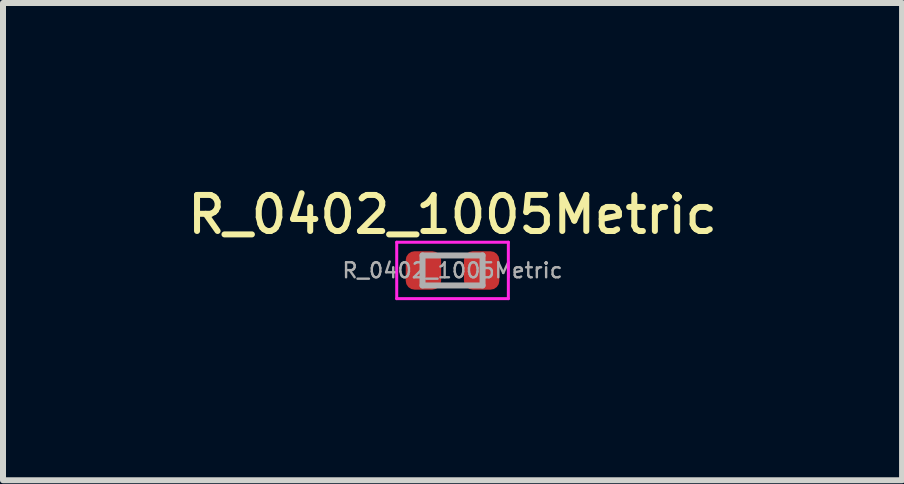
<source format=kicad_pcb>
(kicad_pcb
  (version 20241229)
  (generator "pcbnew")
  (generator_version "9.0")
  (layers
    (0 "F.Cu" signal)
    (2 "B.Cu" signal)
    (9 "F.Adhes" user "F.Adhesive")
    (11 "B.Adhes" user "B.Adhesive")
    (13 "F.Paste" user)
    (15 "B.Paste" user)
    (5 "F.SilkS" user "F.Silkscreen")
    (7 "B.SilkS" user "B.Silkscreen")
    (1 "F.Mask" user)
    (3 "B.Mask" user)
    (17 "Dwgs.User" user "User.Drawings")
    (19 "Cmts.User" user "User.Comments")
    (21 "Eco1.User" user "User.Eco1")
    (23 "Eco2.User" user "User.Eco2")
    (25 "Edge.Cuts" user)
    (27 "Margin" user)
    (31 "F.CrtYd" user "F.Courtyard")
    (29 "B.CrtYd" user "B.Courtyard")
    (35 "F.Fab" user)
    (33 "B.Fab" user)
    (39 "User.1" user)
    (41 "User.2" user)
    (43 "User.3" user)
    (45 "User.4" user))
  (footprint "R_0402_1005Metric"
    (layer "F.Cu")
    (at 4.49 1.456)
    (property "Reference" "R_0402_1005Metric" (at 0 -0.93 0) (layer "F.SilkS") (effects (font (size 0.6 0.6) (thickness 0.1))))
    (attr smd)
    (fp_line (start -0.93 -0.47) (end 0.93 -0.47) (stroke (width 0.05) (type solid)) (layer "F.CrtYd"))
    (fp_line (start -0.93 0.47) (end -0.93 -0.47) (stroke (width 0.05) (type solid)) (layer "F.CrtYd"))
    (fp_line (start 0.93 -0.47) (end 0.93 0.47) (stroke (width 0.05) (type solid)) (layer "F.CrtYd"))
    (fp_line (start 0.93 0.47) (end -0.93 0.47) (stroke (width 0.05) (type solid)) (layer "F.CrtYd"))
    (fp_line (start -0.5 -0.25) (end 0.5 -0.25) (stroke (width 0.1) (type solid)) (layer "F.Fab"))
    (fp_line (start -0.5 0.25) (end -0.5 -0.25) (stroke (width 0.1) (type solid)) (layer "F.Fab"))
    (fp_line (start 0.5 -0.25) (end 0.5 0.25) (stroke (width 0.1) (type solid)) (layer "F.Fab"))
    (fp_line (start 0.5 0.25) (end -0.5 0.25) (stroke (width 0.1) (type solid)) (layer "F.Fab"))
    (fp_text user "${REFERENCE}" (at 0 0 0) (layer "F.Fab") (effects (font (size 0.25 0.25) (thickness 0.04))))
    (pad "1" smd roundrect (at -0.485 0) (size 0.59 0.64) (layers "F.Cu" "F.Mask" "F.Paste") (roundrect_rratio 0.25))
    (pad "2" smd roundrect (at 0.485 0) (size 0.59 0.64) (layers "F.Cu" "F.Mask" "F.Paste") (roundrect_rratio 0.25)))
  (gr_rect
    (start -3 -3)
    (end 11.98 4.952)
    (stroke (width 0.1) (type default))
    (fill no)
    (layer "Edge.Cuts")))
</source>
